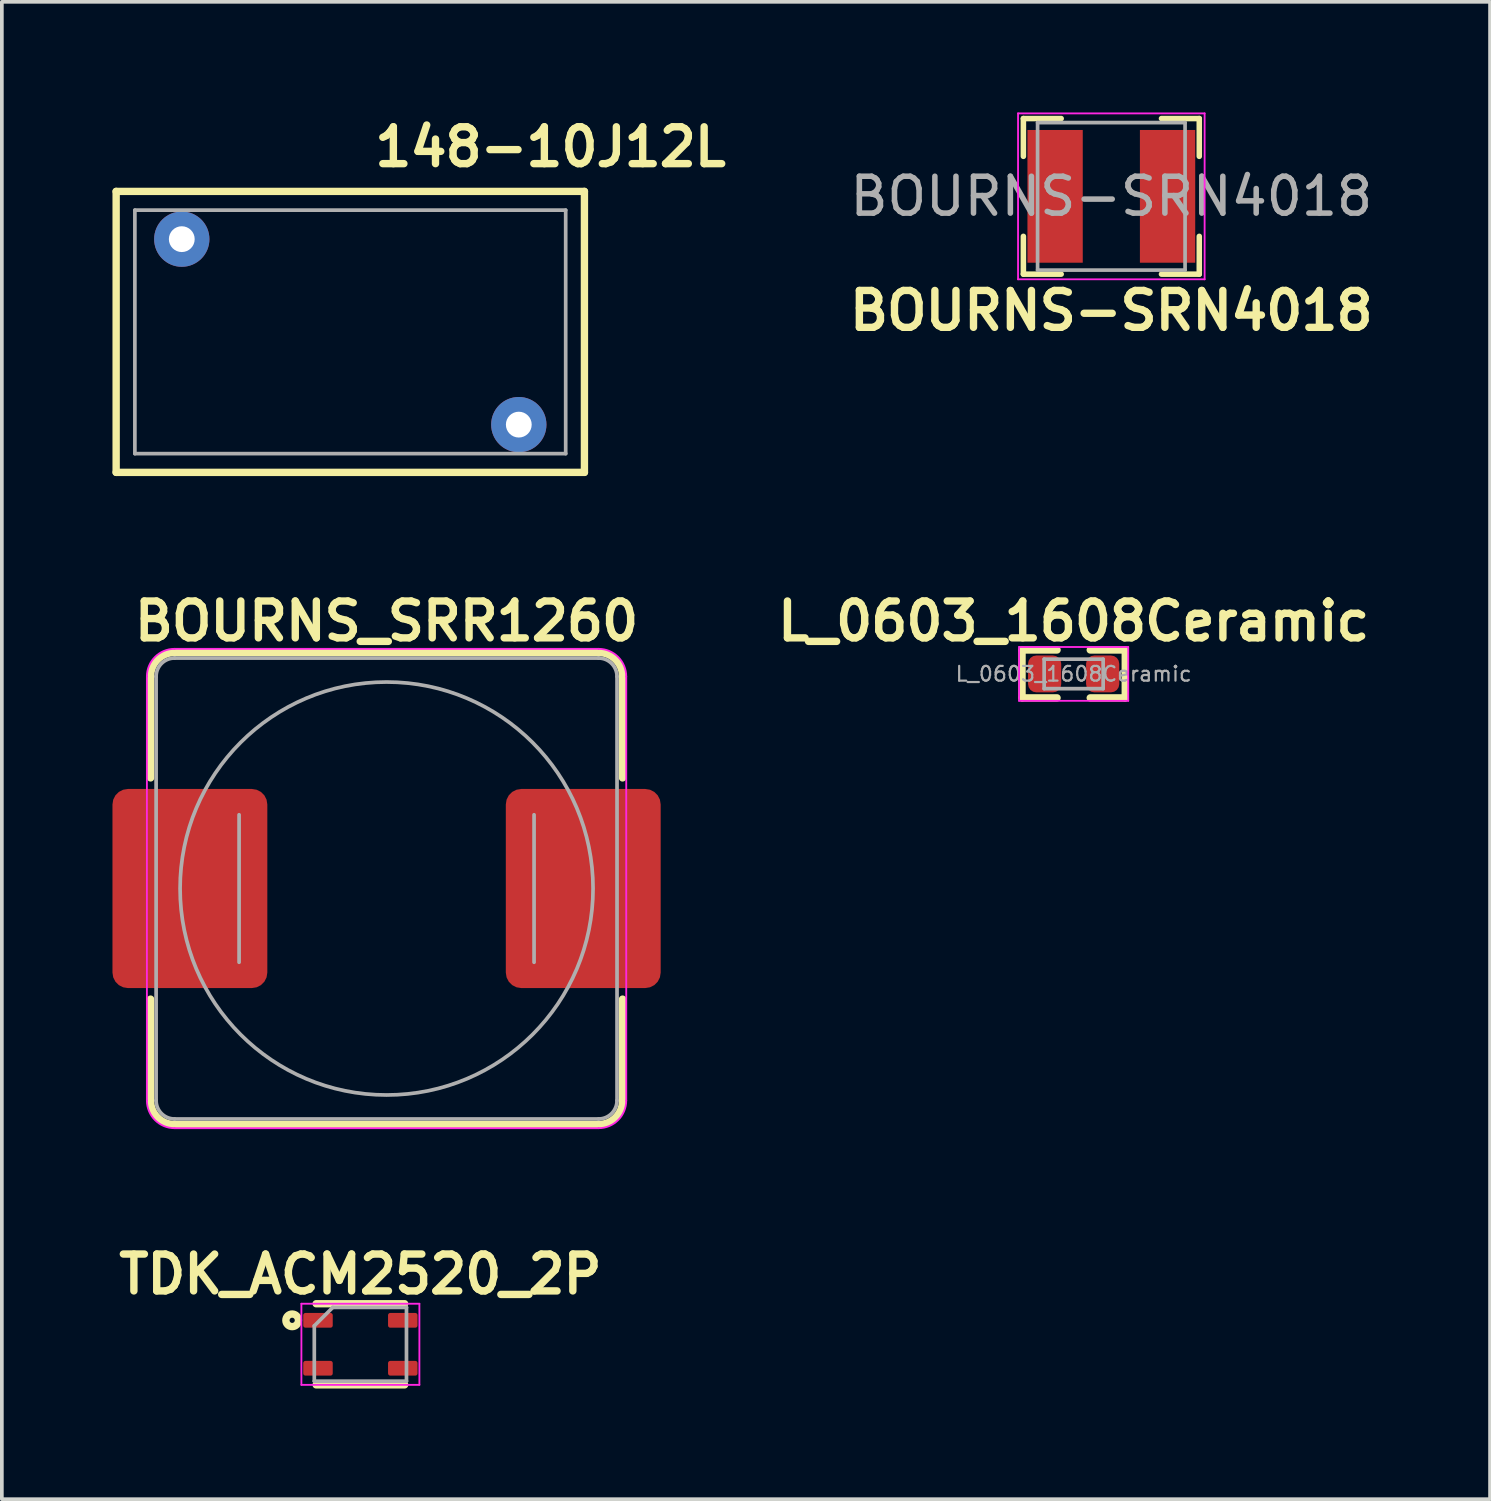
<source format=kicad_pcb>
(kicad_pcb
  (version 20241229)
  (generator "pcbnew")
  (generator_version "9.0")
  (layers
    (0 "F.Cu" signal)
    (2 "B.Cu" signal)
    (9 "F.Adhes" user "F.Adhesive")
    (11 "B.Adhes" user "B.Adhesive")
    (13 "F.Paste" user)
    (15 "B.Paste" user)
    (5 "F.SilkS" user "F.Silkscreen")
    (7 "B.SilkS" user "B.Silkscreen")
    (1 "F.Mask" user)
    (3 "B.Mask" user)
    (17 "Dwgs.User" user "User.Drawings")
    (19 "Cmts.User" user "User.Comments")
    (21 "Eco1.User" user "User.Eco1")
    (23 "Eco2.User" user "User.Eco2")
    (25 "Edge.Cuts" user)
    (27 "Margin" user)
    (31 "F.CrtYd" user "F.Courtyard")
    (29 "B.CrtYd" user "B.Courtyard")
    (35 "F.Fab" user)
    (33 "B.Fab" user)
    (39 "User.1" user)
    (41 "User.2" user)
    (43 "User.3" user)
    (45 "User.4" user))
  (footprint "TDK_ACM2520_2P"
    (layer "F.Cu")
    (at 6.724 33.408)
    (property "Reference" "TDK_ACM2520_2P" (at 0 -1.9 0) (layer "F.SilkS") (effects (font (size 1 1) (thickness 0.2))))
    (attr through_hole)
    (fp_line (start -1.2 -1.1) (end 1.2 -1.1) (stroke (width 0.2) (type solid)) (layer "F.SilkS"))
    (fp_line (start -1.2 1.1) (end 1.2 1.1) (stroke (width 0.2) (type solid)) (layer "F.SilkS"))
    (fp_circle (center -1.85 -0.65) (end -1.8 -0.7) (stroke (width 0.2) (type solid)) (fill no) (layer "F.SilkS"))
    (fp_line (start -1.6 -1.1) (end 1.6 -1.1) (stroke (width 0.05) (type solid)) (layer "F.CrtYd"))
    (fp_line (start -1.6 1.1) (end -1.6 -1.1) (stroke (width 0.05) (type solid)) (layer "F.CrtYd"))
    (fp_line (start 1.6 -1.1) (end 1.6 1.1) (stroke (width 0.05) (type solid)) (layer "F.CrtYd"))
    (fp_line (start 1.6 1.1) (end -1.6 1.1) (stroke (width 0.05) (type solid)) (layer "F.CrtYd"))
    (fp_line (start -1.25 -0.5) (end -0.75 -1) (stroke (width 0.1) (type solid)) (layer "F.Fab"))
    (fp_line (start -1.25 1) (end -1.25 -0.5) (stroke (width 0.1) (type solid)) (layer "F.Fab"))
    (fp_line (start -0.75 -1) (end 1.25 -1) (stroke (width 0.1) (type solid)) (layer "F.Fab"))
    (fp_line (start 1.25 -1) (end 1.25 1) (stroke (width 0.1) (type solid)) (layer "F.Fab"))
    (fp_line (start 1.25 1) (end -1.25 1) (stroke (width 0.1) (type solid)) (layer "F.Fab"))
    (pad "1" smd roundrect (at -1.15 -0.65) (size 0.8 0.4) (layers "F.Cu" "F.Mask" "F.Paste") (roundrect_rratio 0.15))
    (pad "2" smd roundrect (at -1.15 0.65) (size 0.8 0.4) (layers "F.Cu" "F.Mask" "F.Paste") (roundrect_rratio 0.15))
    (pad "3" smd roundrect (at 1.15 0.65) (size 0.8 0.4) (layers "F.Cu" "F.Mask" "F.Paste") (roundrect_rratio 0.15))
    (pad "4" smd roundrect (at 1.15 -0.65) (size 0.8 0.4) (layers "F.Cu" "F.Mask" "F.Paste") (roundrect_rratio 0.15)))
  (footprint "BOURNS_SRR1260"
    (layer "F.Cu")
    (at 7.434 21.047)
    (property "Reference" "BOURNS_SRR1260" (at 0 -7.25 0) (layer "F.SilkS") (effects (font (size 1 1) (thickness 0.2))))
    (attr smd)
    (fp_line (start -6.4 -5.75) (end -6.4 -3) (stroke (width 0.2) (type solid)) (layer "F.SilkS"))
    (fp_line (start -6.4 3) (end -6.4 5.75) (stroke (width 0.2) (type solid)) (layer "F.SilkS"))
    (fp_line (start -5.75 -6.4) (end 5.75 -6.4) (stroke (width 0.2) (type solid)) (layer "F.SilkS"))
    (fp_line (start 5.75 6.4) (end -5.75 6.4) (stroke (width 0.2) (type solid)) (layer "F.SilkS"))
    (fp_line (start 6.4 -5.75) (end 6.4 -3) (stroke (width 0.2) (type solid)) (layer "F.SilkS"))
    (fp_line (start 6.4 3) (end 6.4 5.75) (stroke (width 0.2) (type solid)) (layer "F.SilkS"))
    (fp_arc (start -6.4 -5.75) (mid -6.209619 -6.209619) (end -5.75 -6.4) (stroke (width 0.2) (type solid)) (layer "F.SilkS"))
    (fp_arc (start -5.75 6.4) (mid -6.209619 6.209619) (end -6.4 5.75) (stroke (width 0.2) (type solid)) (layer "F.SilkS"))
    (fp_arc (start 5.75 -6.4) (mid 6.209619 -6.209619) (end 6.4 -5.75) (stroke (width 0.2) (type solid)) (layer "F.SilkS"))
    (fp_arc (start 6.4 5.75) (mid 6.209619 6.209619) (end 5.75 6.4) (stroke (width 0.2) (type solid)) (layer "F.SilkS"))
    (fp_line (start -6.5 5.75) (end -6.5 -5.75) (stroke (width 0.05) (type solid)) (layer "F.CrtYd"))
    (fp_line (start -5.75 -6.5) (end 5.75 -6.5) (stroke (width 0.05) (type solid)) (layer "F.CrtYd"))
    (fp_line (start 5.75 6.5) (end -5.75 6.5) (stroke (width 0.05) (type solid)) (layer "F.CrtYd"))
    (fp_line (start 6.5 -5.75) (end 6.5 5.75) (stroke (width 0.05) (type solid)) (layer "F.CrtYd"))
    (fp_arc (start -6.5 -5.75) (mid -6.28033 -6.28033) (end -5.75 -6.5) (stroke (width 0.05) (type solid)) (layer "F.CrtYd"))
    (fp_arc (start -5.75 6.5) (mid -6.28033 6.28033) (end -6.5 5.75) (stroke (width 0.05) (type solid)) (layer "F.CrtYd"))
    (fp_arc (start 5.75 -6.5) (mid 6.28033 -6.28033) (end 6.5 -5.75) (stroke (width 0.05) (type solid)) (layer "F.CrtYd"))
    (fp_arc (start 6.5 5.75) (mid 6.28033 6.28033) (end 5.75 6.5) (stroke (width 0.05) (type solid)) (layer "F.CrtYd"))
    (fp_line (start -6.25 -5.75) (end -6.25 5.75) (stroke (width 0.1) (type solid)) (layer "F.Fab"))
    (fp_line (start -5.75 -6.25) (end 5.75 -6.25) (stroke (width 0.1) (type solid)) (layer "F.Fab"))
    (fp_line (start -4 2) (end -4 -2) (stroke (width 0.1) (type solid)) (layer "F.Fab"))
    (fp_line (start 4 -2) (end 4 2) (stroke (width 0.1) (type solid)) (layer "F.Fab"))
    (fp_line (start 5.75 6.25) (end -5.75 6.25) (stroke (width 0.1) (type solid)) (layer "F.Fab"))
    (fp_line (start 6.25 -5.75) (end 6.25 5.75) (stroke (width 0.1) (type solid)) (layer "F.Fab"))
    (fp_arc (start -6.25 -5.75) (mid -6.103553 -6.103553) (end -5.75 -6.25) (stroke (width 0.1) (type solid)) (layer "F.Fab"))
    (fp_arc (start -5.75 6.25) (mid -6.103553 6.103553) (end -6.25 5.75) (stroke (width 0.1) (type solid)) (layer "F.Fab"))
    (fp_arc (start 5.75 -6.25) (mid 6.103553 -6.103553) (end 6.25 -5.75) (stroke (width 0.1) (type solid)) (layer "F.Fab"))
    (fp_arc (start 6.25 5.75) (mid 6.103553 6.103553) (end 5.75 6.25) (stroke (width 0.1) (type solid)) (layer "F.Fab"))
    (fp_circle (center 0 0) (end 0 -5.6) (stroke (width 0.1) (type solid)) (fill no) (layer "F.Fab"))
    (pad "1" smd roundrect (at -5.334 0) (size 4.2 5.4) (layers "F.Cu" "F.Mask" "F.Paste") (roundrect_rratio 0.1))
    (pad "2" smd roundrect (at 5.334 0) (size 4.2 5.4) (layers "F.Cu" "F.Mask" "F.Paste") (roundrect_rratio 0.1)))
  (footprint "BOURNS-SRN4018"
    (layer "F.Cu")
    (at 27.09 2.275)
    (property "Reference" "BOURNS-SRN4018" (at 0 3.1 0) (layer "F.SilkS") (effects (font (size 1 1) (thickness 0.2))))
    (attr smd)
    (fp_line (start -2.385 -2.11) (end -2.385 -1.085) (stroke (width 0.15) (type solid)) (layer "F.SilkS"))
    (fp_line (start -2.385 -2.11) (end -1.36 -2.11) (stroke (width 0.15) (type solid)) (layer "F.SilkS"))
    (fp_line (start -2.385 2.11) (end -2.385 1.085) (stroke (width 0.15) (type solid)) (layer "F.SilkS"))
    (fp_line (start -2.385 2.11) (end -1.36 2.11) (stroke (width 0.15) (type solid)) (layer "F.SilkS"))
    (fp_line (start 2.385 -2.11) (end 1.36 -2.11) (stroke (width 0.15) (type solid)) (layer "F.SilkS"))
    (fp_line (start 2.385 -2.11) (end 2.385 -1.085) (stroke (width 0.15) (type solid)) (layer "F.SilkS"))
    (fp_line (start 2.385 2.11) (end 1.36 2.11) (stroke (width 0.15) (type solid)) (layer "F.SilkS"))
    (fp_line (start 2.385 2.11) (end 2.385 1.085) (stroke (width 0.15) (type solid)) (layer "F.SilkS"))
    (fp_line (start -2.53 -2.25) (end -2.53 2.25) (stroke (width 0.05) (type solid)) (layer "F.CrtYd"))
    (fp_line (start -2.53 -2.25) (end 2.53 -2.25) (stroke (width 0.05) (type solid)) (layer "F.CrtYd"))
    (fp_line (start -2.53 2.25) (end 2.53 2.25) (stroke (width 0.05) (type solid)) (layer "F.CrtYd"))
    (fp_line (start 2.53 -2.25) (end 2.53 2.25) (stroke (width 0.05) (type solid)) (layer "F.CrtYd"))
    (fp_line (start -2 -2) (end -2 2) (stroke (width 0.1) (type solid)) (layer "F.Fab"))
    (fp_line (start -2 -2) (end 2 -2) (stroke (width 0.1) (type solid)) (layer "F.Fab"))
    (fp_line (start 2 -2) (end 2 2) (stroke (width 0.1) (type solid)) (layer "F.Fab"))
    (fp_line (start 2 2) (end -2 2) (stroke (width 0.1) (type solid)) (layer "F.Fab"))
    (fp_text user "${REFERENCE}" (at 0 0 0) (layer "F.Fab") (effects (font (size 1 1) (thickness 0.15))))
    (pad "1" smd rect (at -1.525 0) (size 1.5 3.6) (layers "F.Cu" "F.Mask" "F.Paste"))
    (pad "2" smd rect (at 1.525 0) (size 1.5 3.6) (layers "F.Cu" "F.Mask" "F.Paste")))
  (footprint "148-10J12L"
    (layer "F.Cu")
    (at 1.88 3.436)
    (property "Reference" "148-10J12L" (at 10 -2.5 0) (layer "F.SilkS") (effects (font (size 1 1) (thickness 0.2))))
    (attr through_hole)
    (fp_line (start -1.78 -1.295) (end 10.92 -1.295) (stroke (width 0.2) (type solid)) (layer "F.SilkS"))
    (fp_line (start -1.78 6.325) (end -1.78 -1.295) (stroke (width 0.2) (type solid)) (layer "F.SilkS"))
    (fp_line (start 10.92 -1.295) (end 10.92 6.325) (stroke (width 0.2) (type solid)) (layer "F.SilkS"))
    (fp_line (start 10.92 6.325) (end -1.78 6.325) (stroke (width 0.2) (type solid)) (layer "F.SilkS"))
    (fp_line (start -1.272 -0.787) (end 10.412 -0.787) (stroke (width 0.1) (type solid)) (layer "F.Fab"))
    (fp_line (start -1.272 5.817) (end -1.272 -0.787) (stroke (width 0.1) (type solid)) (layer "F.Fab"))
    (fp_line (start 10.412 -0.787) (end 10.412 5.817) (stroke (width 0.1) (type solid)) (layer "F.Fab"))
    (fp_line (start 10.412 5.817) (end -1.272 5.817) (stroke (width 0.1) (type solid)) (layer "F.Fab"))
    (pad "1" thru_hole circle (at 0 0) (size 1.5 1.5) (drill 0.7) (layers "*.Cu" "*.Mask"))
    (pad "2" thru_hole circle (at 9.14 5.03) (size 1.5 1.5) (drill 0.7) (layers "*.Cu" "*.Mask")))
  (footprint "L_0603_1608Ceramic"
    (layer "F.Cu")
    (at 26.068 15.227)
    (property "Reference" "L_0603_1608Ceramic" (at 0 -1.43 0) (layer "F.SilkS") (effects (font (size 1 1) (thickness 0.2))))
    (attr smd)
    (fp_line (start -1.4 -0.65) (end -1.4 0.65) (stroke (width 0.2) (type solid)) (layer "F.SilkS"))
    (fp_line (start -1.4 0.65) (end -0.45 0.65) (stroke (width 0.2) (type solid)) (layer "F.SilkS"))
    (fp_line (start -0.45 -0.65) (end -1.4 -0.65) (stroke (width 0.2) (type solid)) (layer "F.SilkS"))
    (fp_line (start 1.4 -0.65) (end 0.45 -0.65) (stroke (width 0.2) (type solid)) (layer "F.SilkS"))
    (fp_line (start 1.4 -0.65) (end 1.4 0.65) (stroke (width 0.2) (type solid)) (layer "F.SilkS"))
    (fp_line (start 1.4 0.65) (end 0.45 0.65) (stroke (width 0.2) (type solid)) (layer "F.SilkS"))
    (fp_line (start -1.48 -0.73) (end 1.48 -0.73) (stroke (width 0.05) (type solid)) (layer "F.CrtYd"))
    (fp_line (start -1.48 0.73) (end -1.48 -0.73) (stroke (width 0.05) (type solid)) (layer "F.CrtYd"))
    (fp_line (start 1.48 -0.73) (end 1.48 0.73) (stroke (width 0.05) (type solid)) (layer "F.CrtYd"))
    (fp_line (start 1.48 0.73) (end -1.48 0.73) (stroke (width 0.05) (type solid)) (layer "F.CrtYd"))
    (fp_line (start -0.8 -0.4) (end 0.8 -0.4) (stroke (width 0.1) (type solid)) (layer "F.Fab"))
    (fp_line (start -0.8 0.4) (end -0.8 -0.4) (stroke (width 0.1) (type solid)) (layer "F.Fab"))
    (fp_line (start 0.8 -0.4) (end 0.8 0.4) (stroke (width 0.1) (type solid)) (layer "F.Fab"))
    (fp_line (start 0.8 0.4) (end -0.8 0.4) (stroke (width 0.1) (type solid)) (layer "F.Fab"))
    (fp_text user "${REFERENCE}" (at 0 0 0) (layer "F.Fab") (effects (font (size 0.4 0.4) (thickness 0.06))))
    (pad "1" smd roundrect (at -0.787 0) (size 0.9 1) (layers "F.Cu" "F.Mask" "F.Paste") (roundrect_rratio 0.25))
    (pad "2" smd roundrect (at 0.787 0) (size 0.9 1) (layers "F.Cu" "F.Mask" "F.Paste") (roundrect_rratio 0.25)))
  (gr_rect
    (start -3 -3)
    (end 37.361 37.608)
    (stroke (width 0.1) (type default))
    (fill no)
    (layer "Edge.Cuts")))
</source>
